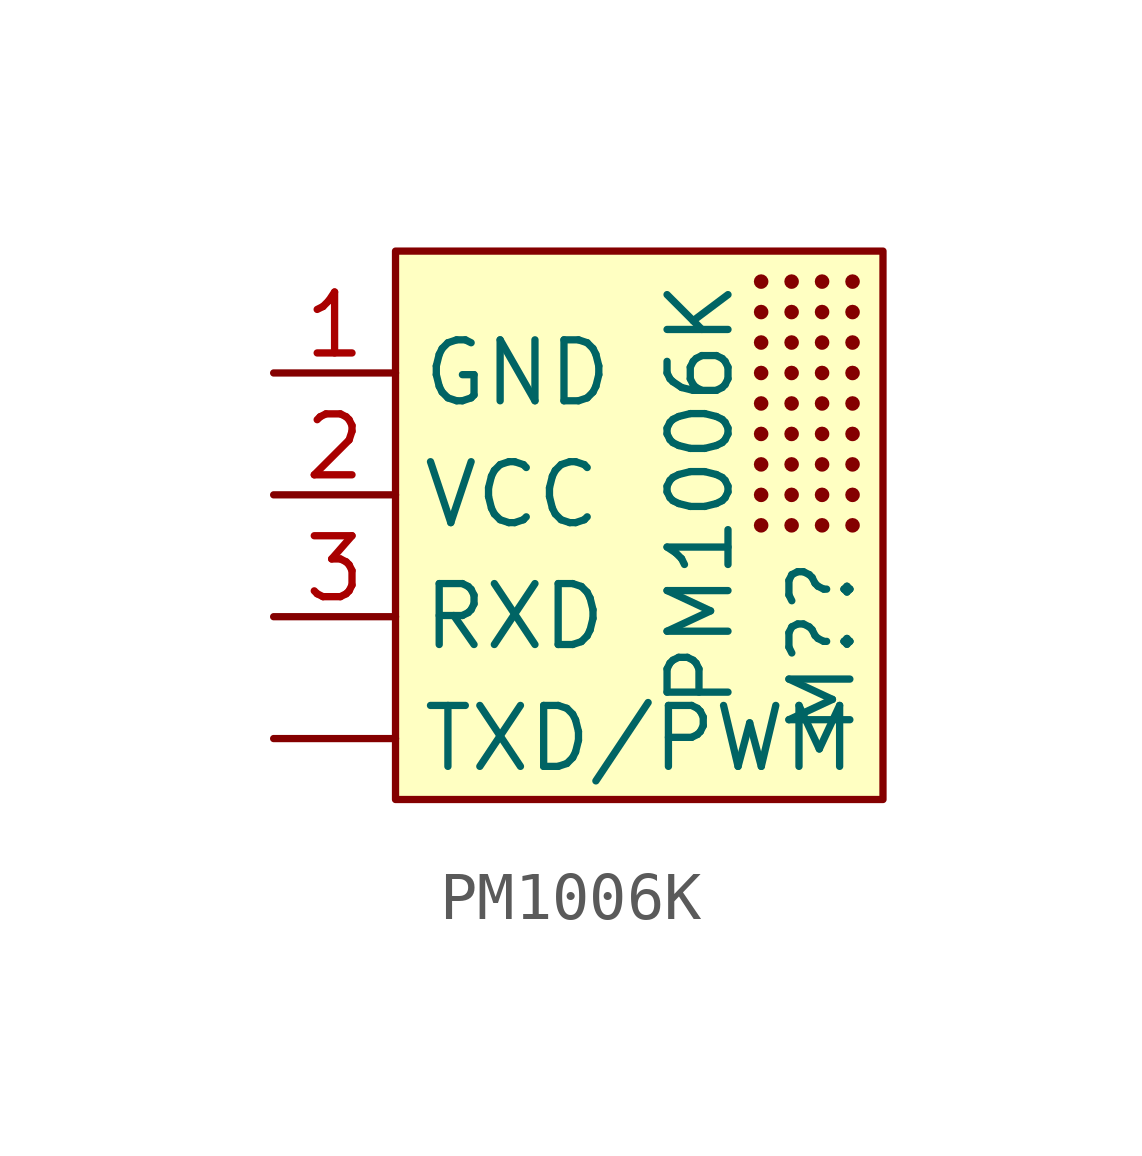
<source format=kicad_sym>
(kicad_symbol_lib
  (version 20211014)
  (generator kicad_symbol_editor)
  (symbol "PM1006K"
    (property "Reference" "M?"
      (at 8.89 -5.715 90)
      (effects (font (size 1.27 1.27))))
    (property "Value" "PM1006K"
      (at 6.35 -2.54 90)
      (effects (font (size 1.27 1.27))))
    (symbol "PM1006K_0_1"
      (rectangle (start 0 2.54) (end 10.16 -8.89) (stroke (width 0.152) (type default) (color 0 0 0 0)) (fill (type background)))
      (circle (center 7.62 -3.175) (radius 0.0001) (stroke (width 0.152) (type default) (color 0 0 0 0)) (fill (type none)))
      (circle (center 7.62 -2.54) (radius 0.0001) (stroke (width 0.152) (type default) (color 0 0 0 0)) (fill (type none)))
      (circle (center 7.62 -1.905) (radius 0.0001) (stroke (width 0.152) (type default) (color 0 0 0 0)) (fill (type none)))
      (circle (center 7.62 -1.27) (radius 0.0001) (stroke (width 0.152) (type default) (color 0 0 0 0)) (fill (type none)))
      (circle (center 7.62 -0.635) (radius 0.0001) (stroke (width 0.152) (type default) (color 0 0 0 0)) (fill (type none)))
      (circle (center 7.62 0) (radius 0.0001) (stroke (width 0.152) (type default) (color 0 0 0 0)) (fill (type none)))
      (circle (center 7.62 0.635) (radius 0.0001) (stroke (width 0.152) (type default) (color 0 0 0 0)) (fill (type none)))
      (circle (center 7.62 1.27) (radius 0.0001) (stroke (width 0.152) (type default) (color 0 0 0 0)) (fill (type none)))
      (circle (center 7.62 1.905) (radius 0.0001) (stroke (width 0.152) (type default) (color 0 0 0 0)) (fill (type none)))
      (circle (center 8.255 -3.175) (radius 0.0001) (stroke (width 0.152) (type default) (color 0 0 0 0)) (fill (type none)))
      (circle (center 8.255 -2.54) (radius 0.0001) (stroke (width 0.152) (type default) (color 0 0 0 0)) (fill (type none)))
      (circle (center 8.255 -1.905) (radius 0.0001) (stroke (width 0.152) (type default) (color 0 0 0 0)) (fill (type none)))
      (circle (center 8.255 -1.27) (radius 0.0001) (stroke (width 0.152) (type default) (color 0 0 0 0)) (fill (type none)))
      (circle (center 8.255 -0.635) (radius 0.0001) (stroke (width 0.152) (type default) (color 0 0 0 0)) (fill (type none)))
      (circle (center 8.255 0) (radius 0.0001) (stroke (width 0.152) (type default) (color 0 0 0 0)) (fill (type none)))
      (circle (center 8.255 0.635) (radius 0.0001) (stroke (width 0.152) (type default) (color 0 0 0 0)) (fill (type none)))
      (circle (center 8.255 1.27) (radius 0.0001) (stroke (width 0.152) (type default) (color 0 0 0 0)) (fill (type none)))
      (circle (center 8.255 1.905) (radius 0.0001) (stroke (width 0.152) (type default) (color 0 0 0 0)) (fill (type none)))
      (circle (center 8.89 -3.175) (radius 0.0001) (stroke (width 0.152) (type default) (color 0 0 0 0)) (fill (type none)))
      (circle (center 8.89 -2.54) (radius 0.0001) (stroke (width 0.152) (type default) (color 0 0 0 0)) (fill (type none)))
      (circle (center 8.89 -1.905) (radius 0.0001) (stroke (width 0.152) (type default) (color 0 0 0 0)) (fill (type none)))
      (circle (center 8.89 -1.27) (radius 0.0001) (stroke (width 0.152) (type default) (color 0 0 0 0)) (fill (type none)))
      (circle (center 8.89 -0.635) (radius 0.0001) (stroke (width 0.152) (type default) (color 0 0 0 0)) (fill (type none)))
      (circle (center 8.89 0) (radius 0.0001) (stroke (width 0.152) (type default) (color 0 0 0 0)) (fill (type none)))
      (circle (center 8.89 0.635) (radius 0.0001) (stroke (width 0.152) (type default) (color 0 0 0 0)) (fill (type none)))
      (circle (center 8.89 1.27) (radius 0.0001) (stroke (width 0.152) (type default) (color 0 0 0 0)) (fill (type none)))
      (circle (center 8.89 1.905) (radius 0.0001) (stroke (width 0.152) (type default) (color 0 0 0 0)) (fill (type none)))
      (circle (center 9.525 -3.175) (radius 0.0001) (stroke (width 0.152) (type default) (color 0 0 0 0)) (fill (type none)))
      (circle (center 9.525 -2.54) (radius 0.0001) (stroke (width 0.152) (type default) (color 0 0 0 0)) (fill (type none)))
      (circle (center 9.525 -1.905) (radius 0.0001) (stroke (width 0.152) (type default) (color 0 0 0 0)) (fill (type none)))
      (circle (center 9.525 -1.27) (radius 0.0001) (stroke (width 0.152) (type default) (color 0 0 0 0)) (fill (type none)))
      (circle (center 9.525 -0.635) (radius 0.0001) (stroke (width 0.152) (type default) (color 0 0 0 0)) (fill (type none)))
      (circle (center 9.525 0) (radius 0.0001) (stroke (width 0.152) (type default) (color 0 0 0 0)) (fill (type none)))
      (circle (center 9.525 0.635) (radius 0.0001) (stroke (width 0.152) (type default) (color 0 0 0 0)) (fill (type none)))
      (circle (center 9.525 1.27) (radius 0.0001) (stroke (width 0.152) (type default) (color 0 0 0 0)) (fill (type none)))
      (circle (center 9.525 1.905) (radius 0.0001) (stroke (width 0.152) (type default) (color 0 0 0 0)) (fill (type none))))
    (symbol "PM1006K_1_1"
      (pin input line (at -2.54 -7.62 0) (length 2.54) (name "TXD/PWM" (effects (font (size 1.27 1.27)))) (number "" (effects (font (size 1.27 1.27)))))
      (pin input line (at -2.54 0 0) (length 2.54) (name "GND" (effects (font (size 1.27 1.27)))) (number "1" (effects (font (size 1.27 1.27)))))
      (pin input line (at -2.54 -2.54 0) (length 2.54) (name "VCC" (effects (font (size 1.27 1.27)))) (number "2" (effects (font (size 1.27 1.27)))))
      (pin input line (at -2.54 -5.08 0) (length 2.54) (name "RXD" (effects (font (size 1.27 1.27)))) (number "3" (effects (font (size 1.27 1.27))))))))
</source>
